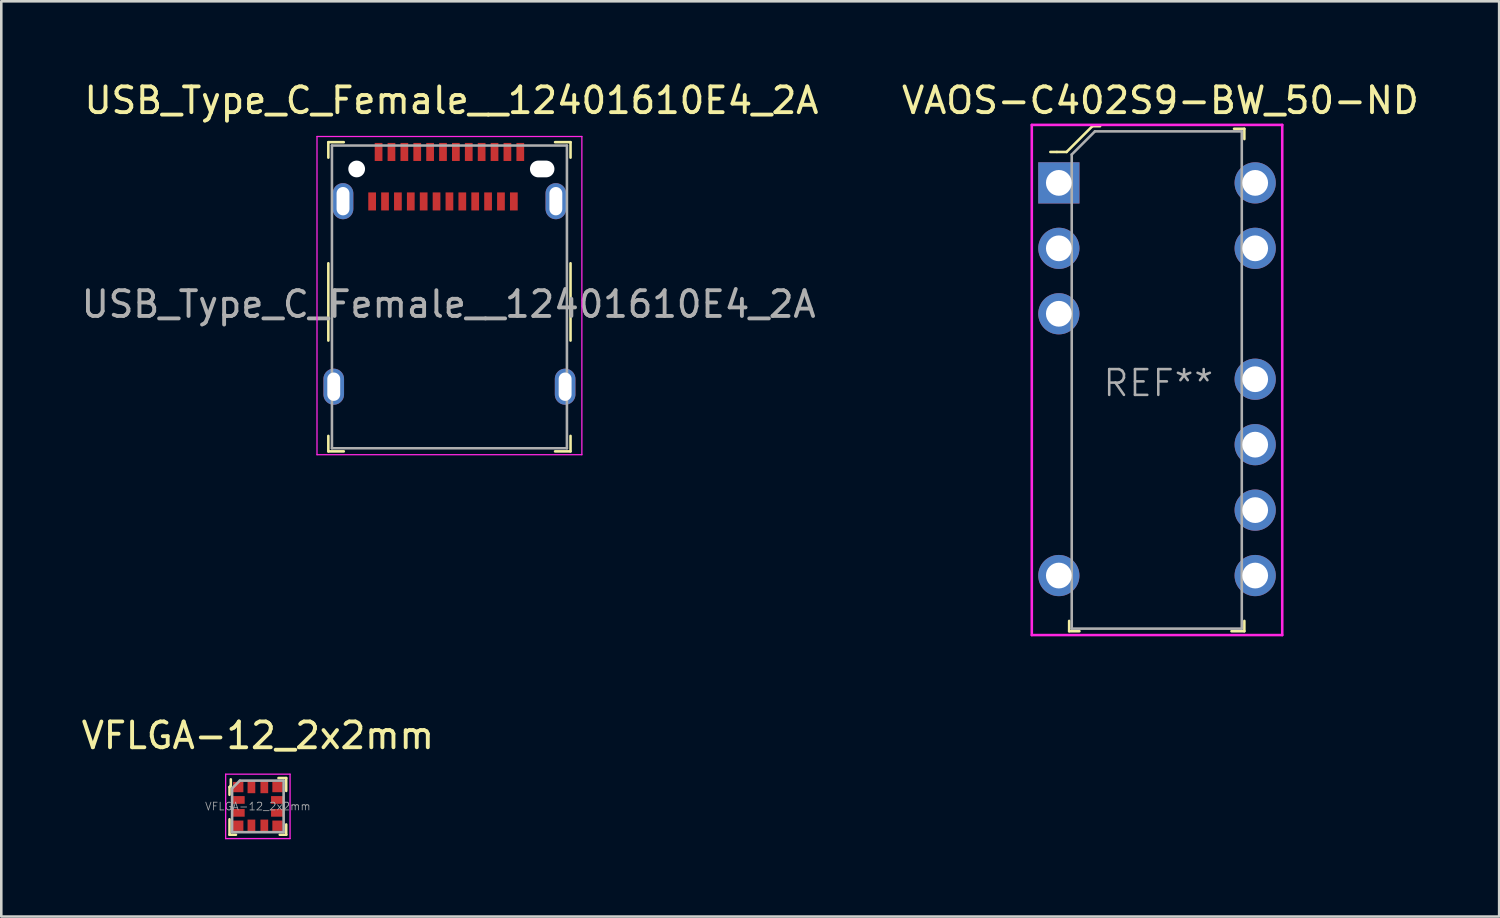
<source format=kicad_pcb>
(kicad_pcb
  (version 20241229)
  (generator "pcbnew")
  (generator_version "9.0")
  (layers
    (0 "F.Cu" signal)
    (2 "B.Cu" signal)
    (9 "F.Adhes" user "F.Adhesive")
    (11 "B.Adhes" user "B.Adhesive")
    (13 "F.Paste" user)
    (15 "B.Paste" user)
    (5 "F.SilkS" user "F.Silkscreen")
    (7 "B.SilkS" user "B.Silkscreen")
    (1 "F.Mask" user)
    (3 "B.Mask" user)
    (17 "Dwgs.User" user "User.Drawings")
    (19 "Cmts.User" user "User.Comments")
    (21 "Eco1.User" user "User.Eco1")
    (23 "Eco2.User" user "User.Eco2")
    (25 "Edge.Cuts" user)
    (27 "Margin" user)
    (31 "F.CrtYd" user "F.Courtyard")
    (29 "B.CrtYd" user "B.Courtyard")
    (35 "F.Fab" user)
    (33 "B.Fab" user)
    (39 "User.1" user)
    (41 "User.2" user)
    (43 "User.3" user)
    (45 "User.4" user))
  (footprint "VFLGA-12_2x2mm"
    (layer "F.Cu")
    (at 6.958 28.247)
    (property "Reference" "VFLGA-12_2x2mm" (at 0 -2.75 0) (layer "F.SilkS") (effects (font (size 1 1) (thickness 0.15))))
    (attr smd)
    (fp_line (start -1.1 -0.75) (end -1.1 -0.45) (stroke (width 0.1) (type solid)) (layer "F.SilkS"))
    (fp_line (start -1.1 1.1) (end -1.1 0.5) (stroke (width 0.1) (type solid)) (layer "F.SilkS"))
    (fp_line (start -1.05 -1.05) (end -1.05 -0.8) (stroke (width 0.1) (type solid)) (layer "F.SilkS"))
    (fp_line (start -1.05 -0.8) (end -1.1 -0.75) (stroke (width 0.1) (type solid)) (layer "F.SilkS"))
    (fp_line (start -0.85 1.1) (end -1.1 1.1) (stroke (width 0.1) (type solid)) (layer "F.SilkS"))
    (fp_line (start 0.8 -1.1) (end 1.1 -1.1) (stroke (width 0.1) (type solid)) (layer "F.SilkS"))
    (fp_line (start 0.85 1.1) (end 1.1 1.1) (stroke (width 0.1) (type solid)) (layer "F.SilkS"))
    (fp_line (start 1.1 -1.1) (end 1.1 -0.6) (stroke (width 0.1) (type solid)) (layer "F.SilkS"))
    (fp_line (start 1.1 1.1) (end 1.1 0.7) (stroke (width 0.1) (type solid)) (layer "F.SilkS"))
    (fp_line (start -1.25 -1.25) (end -1.25 1.25) (stroke (width 0.05) (type solid)) (layer "F.CrtYd"))
    (fp_line (start -1.25 -1.25) (end 1.25 -1.25) (stroke (width 0.05) (type solid)) (layer "F.CrtYd"))
    (fp_line (start -1.25 1.25) (end 1.25 1.25) (stroke (width 0.05) (type solid)) (layer "F.CrtYd"))
    (fp_line (start 1.25 -1.25) (end 1.25 1.25) (stroke (width 0.05) (type solid)) (layer "F.CrtYd"))
    (fp_line (start -1 -0.7) (end -1 1) (stroke (width 0.1) (type solid)) (layer "F.Fab"))
    (fp_line (start -1 -0.7) (end -0.7 -1) (stroke (width 0.1) (type solid)) (layer "F.Fab"))
    (fp_line (start -1 1) (end 1 1) (stroke (width 0.1) (type solid)) (layer "F.Fab"))
    (fp_line (start 1 -1) (end -0.7 -1) (stroke (width 0.1) (type solid)) (layer "F.Fab"))
    (fp_line (start 1 -1) (end 1 1) (stroke (width 0.1) (type solid)) (layer "F.Fab"))
    (fp_text user "${REFERENCE}" (at 0 0 0) (layer "F.Fab") (effects (font (size 0.3 0.3) (thickness 0.03))))
    (pad "1" smd rect (at -0.762 -0.75) (size 0.4 0.4) (layers "F.Cu" "F.Mask" "F.Paste"))
    (pad "2" smd rect (at -0.762 -0.25) (size 0.5 0.3) (layers "F.Cu" "F.Mask" "F.Paste"))
    (pad "3" smd rect (at -0.762 0.25) (size 0.5 0.3) (layers "F.Cu" "F.Mask" "F.Paste"))
    (pad "4" smd rect (at -0.762 0.75) (size 0.4 0.4) (layers "F.Cu" "F.Mask" "F.Paste"))
    (pad "5" smd rect (at -0.25 0.762) (size 0.3 0.5) (layers "F.Cu" "F.Mask" "F.Paste"))
    (pad "6" smd rect (at 0.25 0.762) (size 0.3 0.5) (layers "F.Cu" "F.Mask" "F.Paste"))
    (pad "7" smd rect (at 0.762 0.75) (size 0.4 0.4) (layers "F.Cu" "F.Mask" "F.Paste"))
    (pad "8" smd rect (at 0.762 0.25) (size 0.5 0.3) (layers "F.Cu" "F.Mask" "F.Paste"))
    (pad "9" smd rect (at 0.762 -0.25) (size 0.5 0.3) (layers "F.Cu" "F.Mask" "F.Paste"))
    (pad "10" smd rect (at 0.762 -0.75) (size 0.4 0.4) (layers "F.Cu" "F.Mask" "F.Paste"))
    (pad "11" smd rect (at 0.25 -0.762) (size 0.3 0.5) (layers "F.Cu" "F.Mask" "F.Paste"))
    (pad "12" smd rect (at -0.25 -0.762) (size 0.3 0.5) (layers "F.Cu" "F.Mask" "F.Paste")))
  (footprint "USB_Type_C_Female__12401610E4_2A"
    (layer "F.Cu")
    (at 14.393 4.768)
    (property "Reference" "USB_Type_C_Female__12401610E4_2A" (at 0.08 -3.92 0) (layer "F.SilkS") (effects (font (size 1 1) (thickness 0.15))))
    (attr through_hole)
    (fp_line (start -4.7 -2.3) (end -4.7 -1.7) (stroke (width 0.1) (type solid)) (layer "F.SilkS"))
    (fp_line (start -4.7 -2.3) (end -4.1 -2.3) (stroke (width 0.1) (type solid)) (layer "F.SilkS"))
    (fp_line (start -4.7 2.4) (end -4.7 5.4) (stroke (width 0.1) (type solid)) (layer "F.SilkS"))
    (fp_line (start -4.7 9.7) (end -4.7 9.1) (stroke (width 0.1) (type solid)) (layer "F.SilkS"))
    (fp_line (start -4.7 9.7) (end -4.1 9.7) (stroke (width 0.1) (type solid)) (layer "F.SilkS"))
    (fp_line (start 4.7 -2.3) (end 4.1 -2.3) (stroke (width 0.1) (type solid)) (layer "F.SilkS"))
    (fp_line (start 4.7 -2.3) (end 4.7 -1.7) (stroke (width 0.1) (type solid)) (layer "F.SilkS"))
    (fp_line (start 4.7 2.4) (end 4.7 5.4) (stroke (width 0.1) (type solid)) (layer "F.SilkS"))
    (fp_line (start 4.7 9.7) (end 4.1 9.7) (stroke (width 0.1) (type solid)) (layer "F.SilkS"))
    (fp_line (start 4.7 9.7) (end 4.7 9.1) (stroke (width 0.1) (type solid)) (layer "F.SilkS"))
    (fp_line (start -5.14 9.83) (end -5.14 -2.52) (stroke (width 0.05) (type solid)) (layer "F.CrtYd"))
    (fp_line (start 5.14 -2.52) (end -5.14 -2.52) (stroke (width 0.05) (type solid)) (layer "F.CrtYd"))
    (fp_line (start 5.14 9.83) (end -5.14 9.83) (stroke (width 0.05) (type solid)) (layer "F.CrtYd"))
    (fp_line (start 5.14 9.83) (end 5.14 -2.52) (stroke (width 0.05) (type solid)) (layer "F.CrtYd"))
    (fp_line (start -4.56 -2.17) (end -4.56 9.58) (stroke (width 0.1) (type solid)) (layer "F.Fab"))
    (fp_line (start -4.56 -2.17) (end 4.56 -2.17) (stroke (width 0.1) (type solid)) (layer "F.Fab"))
    (fp_line (start -4.56 9.58) (end 4.56 9.58) (stroke (width 0.1) (type solid)) (layer "F.Fab"))
    (fp_line (start 4.56 9.58) (end 4.56 -2.17) (stroke (width 0.1) (type solid)) (layer "F.Fab"))
    (fp_text user "${REFERENCE}" (at -0.03 3.99 0) (layer "F.Fab") (effects (font (size 1 1) (thickness 0.15))))
    (pad "" thru_hole oval (at -4.49 7.19) (size 0.8 1.4) (drill oval 0.5 1.1) (layers "*.Cu" "*.Mask"))
    (pad "" thru_hole oval (at -4.13 -0.01) (size 0.8 1.4) (drill oval 0.5 1.1) (layers "*.Cu" "*.Mask"))
    (pad "" np_thru_hole circle (at -3.6 -1.26) (size 0.65 0.65) (drill 0.65) (layers "*.Cu" "*.Mask"))
    (pad "" np_thru_hole oval (at 3.6 -1.26) (size 0.95 0.65) (drill oval 0.95 0.65) (layers "*.Cu" "*.Mask"))
    (pad "" thru_hole oval (at 4.13 -0.01) (size 0.8 1.4) (drill oval 0.5 1.1) (layers "*.Cu" "*.Mask"))
    (pad "" thru_hole oval (at 4.49 7.19) (size 0.8 1.4) (drill oval 0.5 1.1) (layers "*.Cu" "*.Mask"))
    (pad "A1" smd rect (at -2.75 -1.92) (size 0.3 0.7) (layers "F.Cu" "F.Mask" "F.Paste"))
    (pad "A2" smd rect (at -2.25 -1.92) (size 0.3 0.7) (layers "F.Cu" "F.Mask" "F.Paste"))
    (pad "A3" smd rect (at -1.75 -1.92) (size 0.3 0.7) (layers "F.Cu" "F.Mask" "F.Paste"))
    (pad "A4" smd rect (at -1.25 -1.92) (size 0.3 0.7) (layers "F.Cu" "F.Mask" "F.Paste"))
    (pad "A5" smd rect (at -0.75 -1.92) (size 0.3 0.7) (layers "F.Cu" "F.Mask" "F.Paste"))
    (pad "A6" smd rect (at -0.25 -1.92) (size 0.3 0.7) (layers "F.Cu" "F.Mask" "F.Paste"))
    (pad "A7" smd rect (at 0.25 -1.92) (size 0.3 0.7) (layers "F.Cu" "F.Mask" "F.Paste"))
    (pad "A8" smd rect (at 0.75 -1.92) (size 0.3 0.7) (layers "F.Cu" "F.Mask" "F.Paste"))
    (pad "A9" smd rect (at 1.25 -1.92) (size 0.3 0.7) (layers "F.Cu" "F.Mask" "F.Paste"))
    (pad "A10" smd rect (at 1.75 -1.92) (size 0.3 0.7) (layers "F.Cu" "F.Mask" "F.Paste"))
    (pad "A11" smd rect (at 2.25 -1.92) (size 0.3 0.7) (layers "F.Cu" "F.Mask" "F.Paste"))
    (pad "A12" smd rect (at 2.75 -1.92) (size 0.3 0.7) (layers "F.Cu" "F.Mask" "F.Paste"))
    (pad "B1" smd rect (at 2.5 0) (size 0.3 0.7) (layers "F.Cu" "F.Mask" "F.Paste"))
    (pad "B2" smd rect (at 2 0) (size 0.3 0.7) (layers "F.Cu" "F.Mask" "F.Paste"))
    (pad "B3" smd rect (at 1.5 0) (size 0.3 0.7) (layers "F.Cu" "F.Mask" "F.Paste"))
    (pad "B4" smd rect (at 1 0) (size 0.3 0.7) (layers "F.Cu" "F.Mask" "F.Paste"))
    (pad "B5" smd rect (at 0.5 0) (size 0.3 0.7) (layers "F.Cu" "F.Mask" "F.Paste"))
    (pad "B6" smd rect (at 0 0) (size 0.3 0.7) (layers "F.Cu" "F.Mask" "F.Paste"))
    (pad "B7" smd rect (at -0.5 0) (size 0.3 0.7) (layers "F.Cu" "F.Mask" "F.Paste"))
    (pad "B8" smd rect (at -1 0) (size 0.3 0.7) (layers "F.Cu" "F.Mask" "F.Paste"))
    (pad "B9" smd rect (at -1.5 0) (size 0.3 0.7) (layers "F.Cu" "F.Mask" "F.Paste"))
    (pad "B10" smd rect (at -2 0) (size 0.3 0.7) (layers "F.Cu" "F.Mask" "F.Paste"))
    (pad "B11" smd rect (at -2.5 0) (size 0.3 0.7) (layers "F.Cu" "F.Mask" "F.Paste"))
    (pad "B12" smd rect (at -3 0) (size 0.3 0.7) (layers "F.Cu" "F.Mask" "F.Paste")))
  (footprint "VAOS-C402S9-BW_50-ND"
    (layer "F.Cu")
    (at 38.045 4.048)
    (property "Reference" "VAOS-C402S9-BW_50-ND" (at 3.94 -3.2 0) (layer "F.SilkS") (effects (font (size 1 1) (thickness 0.15))))
    (attr through_hole)
    (fp_line (start -0.08 -1.2) (end -0.33 -1.2) (stroke (width 0.1) (type solid)) (layer "F.SilkS"))
    (fp_line (start 0.3 -1.2) (end -0.07 -1.2) (stroke (width 0.1) (type solid)) (layer "F.SilkS"))
    (fp_line (start 0.4 17) (end 0.4 17.4) (stroke (width 0.1) (type solid)) (layer "F.SilkS"))
    (fp_line (start 0.4 17.4) (end 0.8 17.4) (stroke (width 0.1) (type solid)) (layer "F.SilkS"))
    (fp_line (start 1.3 -2.2) (end 0.3 -1.2) (stroke (width 0.1) (type solid)) (layer "F.SilkS"))
    (fp_line (start 1.6 -2.2) (end 1.3 -2.2) (stroke (width 0.1) (type solid)) (layer "F.SilkS"))
    (fp_line (start 6.7 17.4) (end 7.2 17.4) (stroke (width 0.1) (type solid)) (layer "F.SilkS"))
    (fp_line (start 7.2 -2.1) (end 6.8 -2.1) (stroke (width 0.1) (type solid)) (layer "F.SilkS"))
    (fp_line (start 7.2 -1.7) (end 7.2 -2.1) (stroke (width 0.1) (type solid)) (layer "F.SilkS"))
    (fp_line (start 7.2 17.4) (end 7.2 17) (stroke (width 0.1) (type solid)) (layer "F.SilkS"))
    (fp_line (start -1.05 -2.25) (end -1.05 17.55) (stroke (width 0.1) (type solid)) (layer "F.CrtYd"))
    (fp_line (start -1.05 -2.25) (end 8.67 -2.25) (stroke (width 0.1) (type solid)) (layer "F.CrtYd"))
    (fp_line (start -1.05 17.55) (end 8.67 17.55) (stroke (width 0.1) (type solid)) (layer "F.CrtYd"))
    (fp_line (start 8.67 17.55) (end 8.67 -2.25) (stroke (width 0.1) (type solid)) (layer "F.CrtYd"))
    (fp_line (start 0.5 -1.1) (end 0.5 17.3) (stroke (width 0.1) (type solid)) (layer "F.Fab"))
    (fp_line (start 0.5 -1.1) (end 1.4 -2) (stroke (width 0.1) (type solid)) (layer "F.Fab"))
    (fp_line (start 0.5 17.3) (end 7.1 17.3) (stroke (width 0.1) (type solid)) (layer "F.Fab"))
    (fp_line (start 1.4 -2) (end 7.1 -2) (stroke (width 0.1) (type solid)) (layer "F.Fab"))
    (fp_line (start 7.1 -2) (end 7.1 17.3) (stroke (width 0.1) (type solid)) (layer "F.Fab"))
    (fp_text user "REF**" (at 3.86 7.77 0) (layer "F.Fab") (effects (font (size 1 1) (thickness 0.1))))
    (pad "1" thru_hole rect (at 0 0) (size 1.6 1.6) (drill 1) (layers "*.Cu" "*.Mask"))
    (pad "2" thru_hole circle (at 0 2.54) (size 1.6 1.6) (drill 1) (layers "*.Cu" "*.Mask"))
    (pad "3" thru_hole circle (at 0 5.08) (size 1.6 1.6) (drill 1) (layers "*.Cu" "*.Mask"))
    (pad "7" thru_hole circle (at 0 15.24) (size 1.6 1.6) (drill 1) (layers "*.Cu" "*.Mask"))
    (pad "8" thru_hole circle (at 7.62 15.24) (size 1.6 1.6) (drill 1) (layers "*.Cu" "*.Mask"))
    (pad "9" thru_hole circle (at 7.62 12.7) (size 1.6 1.6) (drill 1) (layers "*.Cu" "*.Mask"))
    (pad "10" thru_hole circle (at 7.62 10.16) (size 1.6 1.6) (drill 1) (layers "*.Cu" "*.Mask"))
    (pad "11" thru_hole circle (at 7.62 7.62) (size 1.6 1.6) (drill 1) (layers "*.Cu" "*.Mask"))
    (pad "13" thru_hole circle (at 7.62 2.54) (size 1.6 1.6) (drill 1) (layers "*.Cu" "*.Mask"))
    (pad "14" thru_hole circle (at 7.62 0) (size 1.6 1.6) (drill 1) (layers "*.Cu" "*.Mask")))
  (gr_rect
    (start -3 -3)
    (end 55.134 32.522)
    (stroke (width 0.1) (type default))
    (fill no)
    (layer "Edge.Cuts")))
</source>
